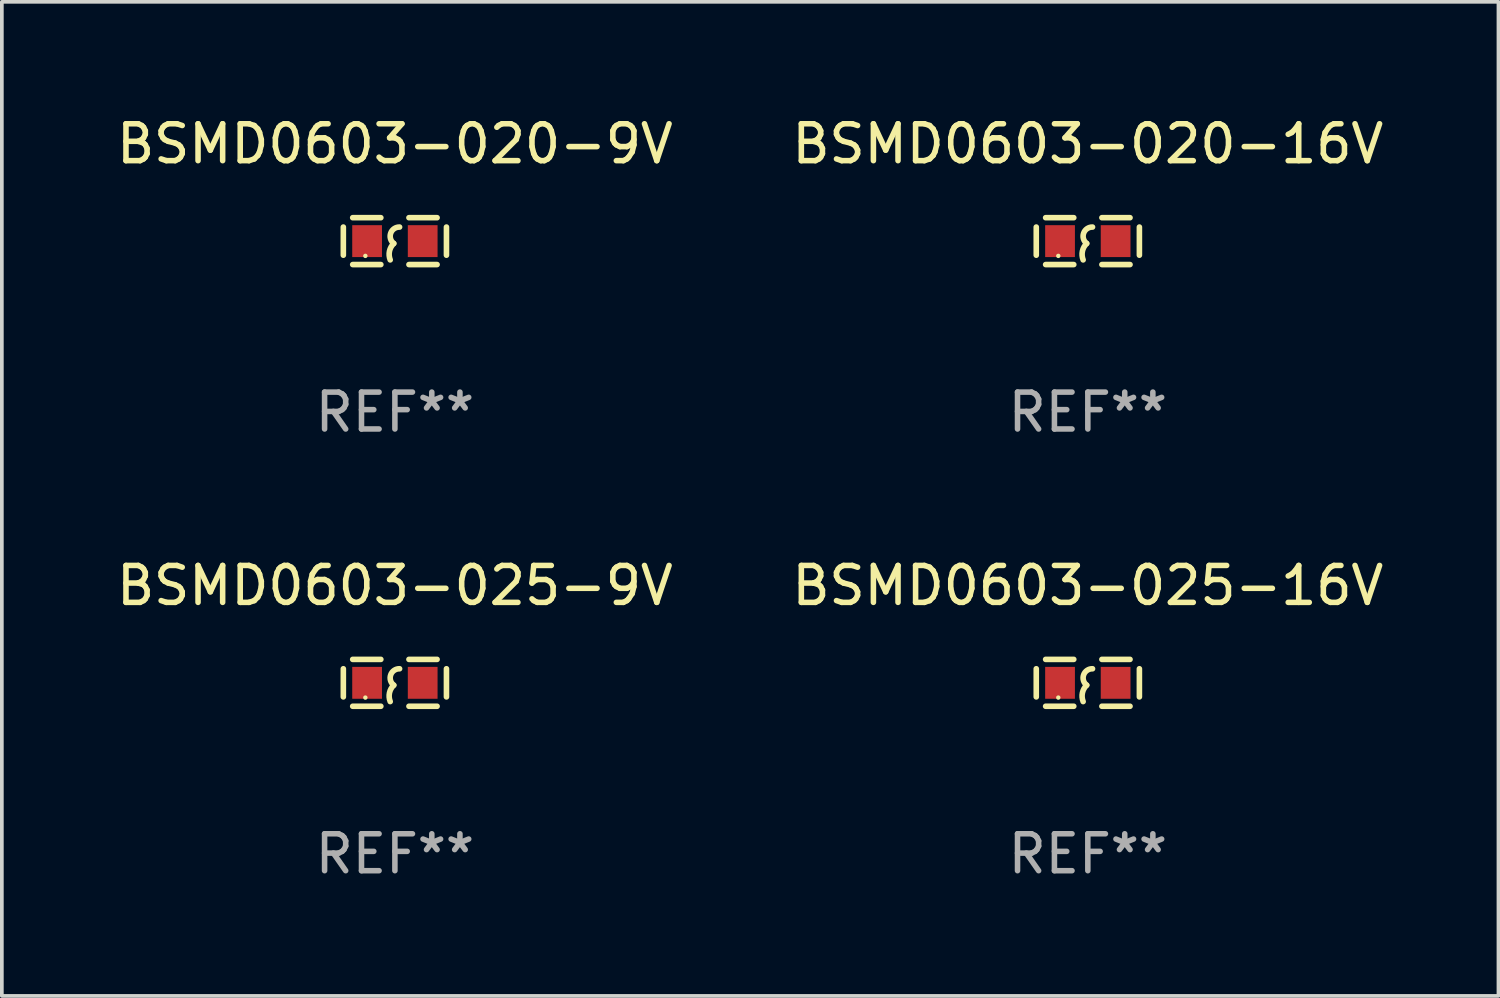
<source format=kicad_pcb>
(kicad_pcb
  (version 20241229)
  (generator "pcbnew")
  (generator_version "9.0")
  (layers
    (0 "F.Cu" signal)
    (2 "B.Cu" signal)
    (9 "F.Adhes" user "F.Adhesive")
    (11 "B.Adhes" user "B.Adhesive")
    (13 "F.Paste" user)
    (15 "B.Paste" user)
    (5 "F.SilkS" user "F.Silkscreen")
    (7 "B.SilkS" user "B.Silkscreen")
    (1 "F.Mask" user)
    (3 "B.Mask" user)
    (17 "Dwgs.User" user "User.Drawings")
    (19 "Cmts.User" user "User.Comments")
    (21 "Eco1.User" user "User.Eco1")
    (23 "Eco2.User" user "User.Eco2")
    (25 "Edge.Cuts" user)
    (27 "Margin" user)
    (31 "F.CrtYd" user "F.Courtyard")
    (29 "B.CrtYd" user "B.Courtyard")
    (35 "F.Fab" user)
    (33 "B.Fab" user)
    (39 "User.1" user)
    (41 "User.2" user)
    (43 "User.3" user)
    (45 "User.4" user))
  (footprint "BSMD0603-025-9V"
    (layer "F.Cu")
    (at 7.649 15.45)
    (property "Reference" "BSMD0603-025-9V" (at 0 -2.635 0) (layer "F.SilkS") (effects (font (size 1 1) (thickness 0.15))))
    (attr through_hole)
    (fp_line (start -1.397 -0.381) (end -1.397 0.381) (stroke (width 0.152) (type solid)) (layer "F.SilkS"))
    (fp_line (start -0.381 -0.635) (end -1.143 -0.635) (stroke (width 0.152) (type solid)) (layer "F.SilkS"))
    (fp_line (start -0.381 0.635) (end -1.143 0.635) (stroke (width 0.152) (type solid)) (layer "F.SilkS"))
    (fp_line (start 0.381 -0.635) (end 1.143 -0.635) (stroke (width 0.152) (type solid)) (layer "F.SilkS"))
    (fp_line (start 0.381 0.635) (end 1.143 0.635) (stroke (width 0.152) (type solid)) (layer "F.SilkS"))
    (fp_line (start 1.397 -0.381) (end 1.397 0.381) (stroke (width 0.152) (type solid)) (layer "F.SilkS"))
    (fp_arc (start -0.127 0.508001) (mid -0.146523 0.271131) (end -0.030861 0.0635) (stroke (width 0.151994) (type solid)) (layer "F.SilkS"))
    (fp_arc (start -0.03175 0.0635) (mid -0.113571 -0.216321) (end 0.127001 -0.381002) (stroke (width 0.151994) (type solid)) (layer "F.SilkS"))
    (fp_circle (center -0.8 0.4) (end -0.77 0.4) (stroke (width 0.06) (type solid)) (fill no) (layer "F.SilkS"))
    (fp_text user "REF**" (at 0 4.635 0) (layer "F.Fab") (effects (font (size 1 1) (thickness 0.15))))
    (pad "1" smd rect (at -0.753 0) (size 0.806 0.864) (layers "F.Cu" "F.Mask" "F.Paste"))
    (pad "2" smd rect (at 0.753 0) (size 0.806 0.864) (layers "F.Cu" "F.Mask" "F.Paste")))
  (footprint "BSMD0603-020-16V"
    (layer "F.Cu")
    (at 26.423 3.483)
    (property "Reference" "BSMD0603-020-16V" (at 0 -2.635 0) (layer "F.SilkS") (effects (font (size 1 1) (thickness 0.15))))
    (attr through_hole)
    (fp_line (start -1.397 -0.381) (end -1.397 0.381) (stroke (width 0.152) (type solid)) (layer "F.SilkS"))
    (fp_line (start -0.381 -0.635) (end -1.143 -0.635) (stroke (width 0.152) (type solid)) (layer "F.SilkS"))
    (fp_line (start -0.381 0.635) (end -1.143 0.635) (stroke (width 0.152) (type solid)) (layer "F.SilkS"))
    (fp_line (start 0.381 -0.635) (end 1.143 -0.635) (stroke (width 0.152) (type solid)) (layer "F.SilkS"))
    (fp_line (start 0.381 0.635) (end 1.143 0.635) (stroke (width 0.152) (type solid)) (layer "F.SilkS"))
    (fp_line (start 1.397 -0.381) (end 1.397 0.381) (stroke (width 0.152) (type solid)) (layer "F.SilkS"))
    (fp_arc (start -0.127 0.508001) (mid -0.146523 0.271131) (end -0.030861 0.0635) (stroke (width 0.151994) (type solid)) (layer "F.SilkS"))
    (fp_arc (start -0.03175 0.0635) (mid -0.113571 -0.216321) (end 0.127001 -0.381002) (stroke (width 0.151994) (type solid)) (layer "F.SilkS"))
    (fp_circle (center -0.8 0.4) (end -0.77 0.4) (stroke (width 0.06) (type solid)) (fill no) (layer "F.SilkS"))
    (fp_text user "REF**" (at 0 4.635 0) (layer "F.Fab") (effects (font (size 1 1) (thickness 0.15))))
    (pad "1" smd rect (at -0.753 0) (size 0.806 0.864) (layers "F.Cu" "F.Mask" "F.Paste"))
    (pad "2" smd rect (at 0.753 0) (size 0.806 0.864) (layers "F.Cu" "F.Mask" "F.Paste")))
  (footprint "BSMD0603-020-9V"
    (layer "F.Cu")
    (at 7.649 3.483)
    (property "Reference" "BSMD0603-020-9V" (at 0 -2.635 0) (layer "F.SilkS") (effects (font (size 1 1) (thickness 0.15))))
    (attr through_hole)
    (fp_line (start -1.397 -0.381) (end -1.397 0.381) (stroke (width 0.152) (type solid)) (layer "F.SilkS"))
    (fp_line (start -0.381 -0.635) (end -1.143 -0.635) (stroke (width 0.152) (type solid)) (layer "F.SilkS"))
    (fp_line (start -0.381 0.635) (end -1.143 0.635) (stroke (width 0.152) (type solid)) (layer "F.SilkS"))
    (fp_line (start 0.381 -0.635) (end 1.143 -0.635) (stroke (width 0.152) (type solid)) (layer "F.SilkS"))
    (fp_line (start 0.381 0.635) (end 1.143 0.635) (stroke (width 0.152) (type solid)) (layer "F.SilkS"))
    (fp_line (start 1.397 -0.381) (end 1.397 0.381) (stroke (width 0.152) (type solid)) (layer "F.SilkS"))
    (fp_arc (start -0.127 0.508001) (mid -0.146523 0.271131) (end -0.030861 0.0635) (stroke (width 0.151994) (type solid)) (layer "F.SilkS"))
    (fp_arc (start -0.03175 0.0635) (mid -0.113571 -0.216321) (end 0.127001 -0.381002) (stroke (width 0.151994) (type solid)) (layer "F.SilkS"))
    (fp_circle (center -0.8 0.4) (end -0.77 0.4) (stroke (width 0.06) (type solid)) (fill no) (layer "F.SilkS"))
    (fp_text user "REF**" (at 0 4.635 0) (layer "F.Fab") (effects (font (size 1 1) (thickness 0.15))))
    (pad "1" smd rect (at -0.753 0) (size 0.806 0.864) (layers "F.Cu" "F.Mask" "F.Paste"))
    (pad "2" smd rect (at 0.753 0) (size 0.806 0.864) (layers "F.Cu" "F.Mask" "F.Paste")))
  (footprint "BSMD0603-025-16V"
    (layer "F.Cu")
    (at 26.423 15.45)
    (property "Reference" "BSMD0603-025-16V" (at 0 -2.635 0) (layer "F.SilkS") (effects (font (size 1 1) (thickness 0.15))))
    (attr through_hole)
    (fp_line (start -1.397 -0.381) (end -1.397 0.381) (stroke (width 0.152) (type solid)) (layer "F.SilkS"))
    (fp_line (start -0.381 -0.635) (end -1.143 -0.635) (stroke (width 0.152) (type solid)) (layer "F.SilkS"))
    (fp_line (start -0.381 0.635) (end -1.143 0.635) (stroke (width 0.152) (type solid)) (layer "F.SilkS"))
    (fp_line (start 0.381 -0.635) (end 1.143 -0.635) (stroke (width 0.152) (type solid)) (layer "F.SilkS"))
    (fp_line (start 0.381 0.635) (end 1.143 0.635) (stroke (width 0.152) (type solid)) (layer "F.SilkS"))
    (fp_line (start 1.397 -0.381) (end 1.397 0.381) (stroke (width 0.152) (type solid)) (layer "F.SilkS"))
    (fp_arc (start -0.127 0.508001) (mid -0.146523 0.271131) (end -0.030861 0.0635) (stroke (width 0.151994) (type solid)) (layer "F.SilkS"))
    (fp_arc (start -0.03175 0.0635) (mid -0.113571 -0.216321) (end 0.127001 -0.381002) (stroke (width 0.151994) (type solid)) (layer "F.SilkS"))
    (fp_circle (center -0.8 0.4) (end -0.77 0.4) (stroke (width 0.06) (type solid)) (fill no) (layer "F.SilkS"))
    (fp_text user "REF**" (at 0 4.635 0) (layer "F.Fab") (effects (font (size 1 1) (thickness 0.15))))
    (pad "1" smd rect (at -0.753 0) (size 0.806 0.864) (layers "F.Cu" "F.Mask" "F.Paste"))
    (pad "2" smd rect (at 0.753 0) (size 0.806 0.864) (layers "F.Cu" "F.Mask" "F.Paste")))
  (gr_rect
    (start -3 -3)
    (end 37.548 23.933)
    (stroke (width 0.1) (type default))
    (fill no)
    (layer "Edge.Cuts")))
</source>
